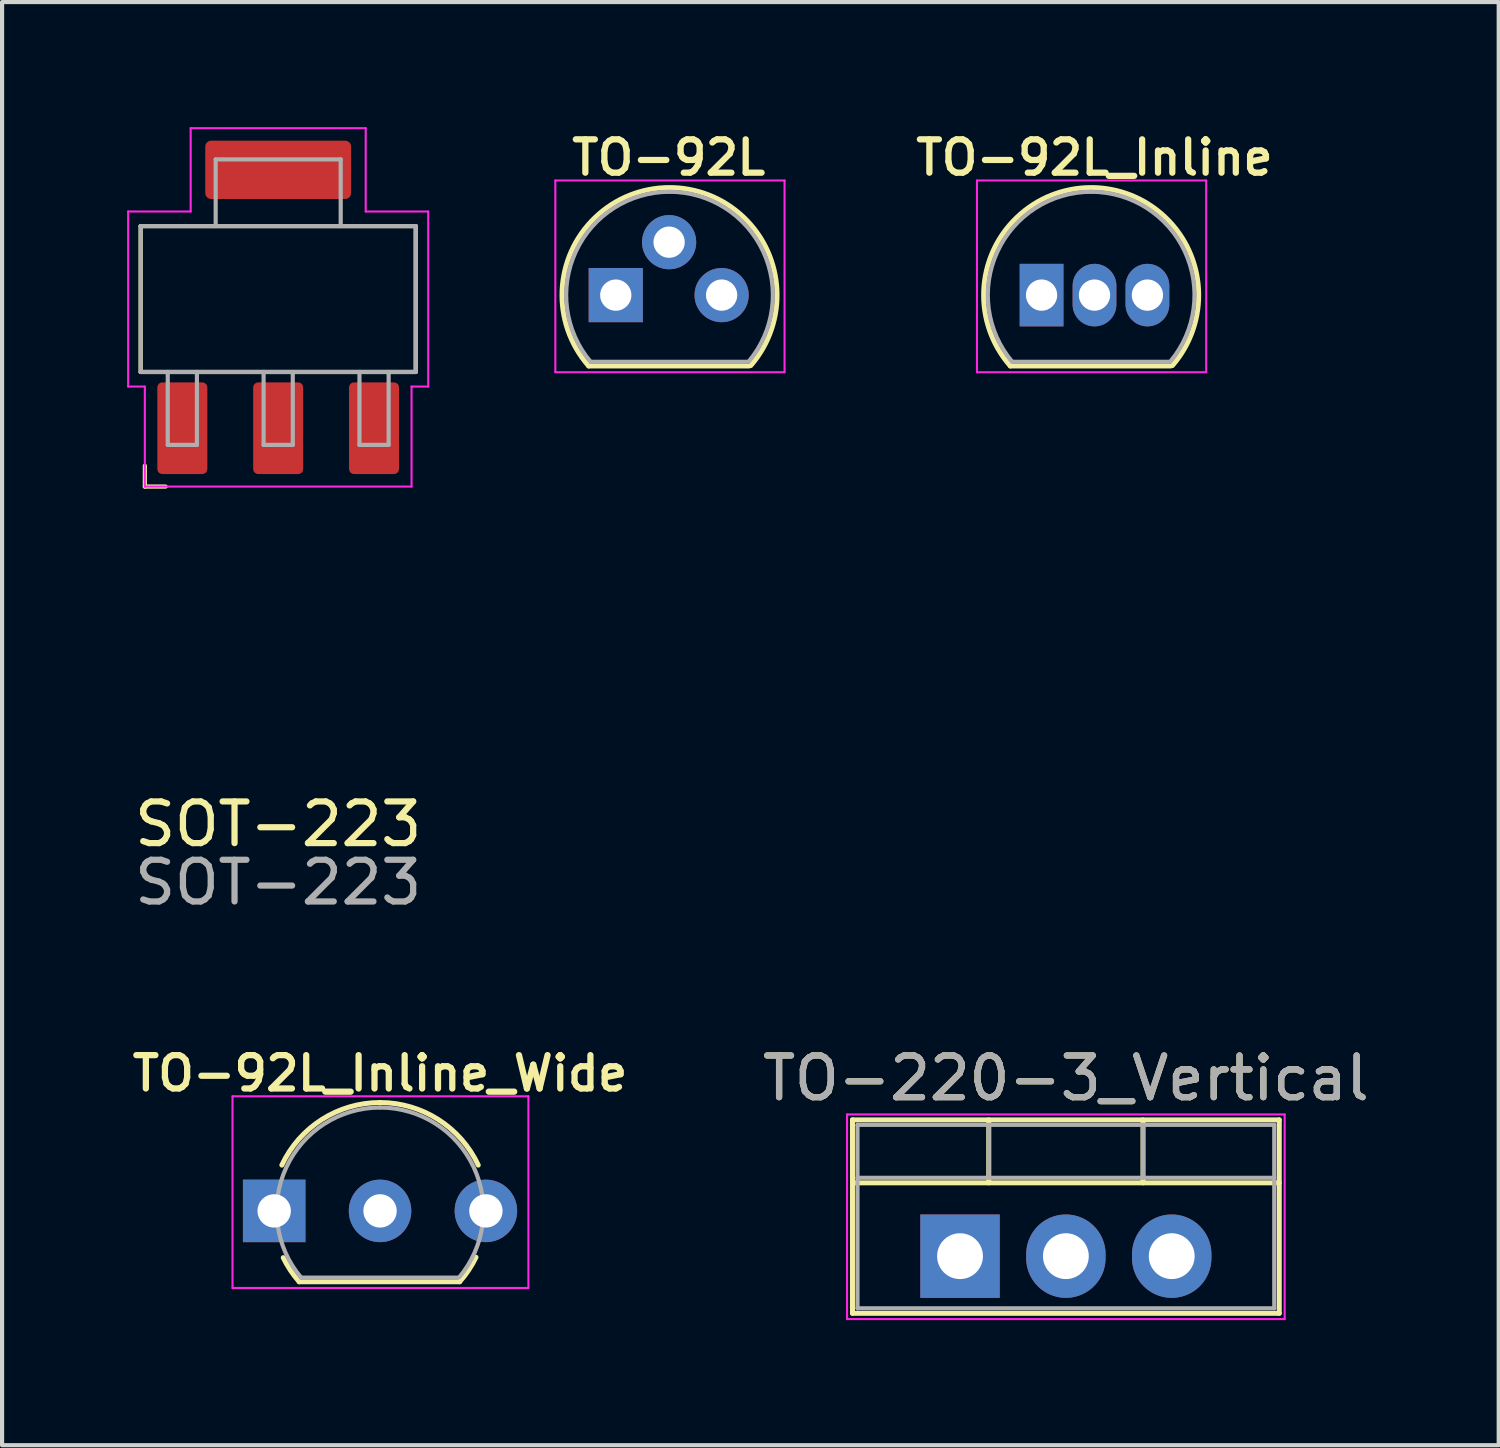
<source format=kicad_pcb>
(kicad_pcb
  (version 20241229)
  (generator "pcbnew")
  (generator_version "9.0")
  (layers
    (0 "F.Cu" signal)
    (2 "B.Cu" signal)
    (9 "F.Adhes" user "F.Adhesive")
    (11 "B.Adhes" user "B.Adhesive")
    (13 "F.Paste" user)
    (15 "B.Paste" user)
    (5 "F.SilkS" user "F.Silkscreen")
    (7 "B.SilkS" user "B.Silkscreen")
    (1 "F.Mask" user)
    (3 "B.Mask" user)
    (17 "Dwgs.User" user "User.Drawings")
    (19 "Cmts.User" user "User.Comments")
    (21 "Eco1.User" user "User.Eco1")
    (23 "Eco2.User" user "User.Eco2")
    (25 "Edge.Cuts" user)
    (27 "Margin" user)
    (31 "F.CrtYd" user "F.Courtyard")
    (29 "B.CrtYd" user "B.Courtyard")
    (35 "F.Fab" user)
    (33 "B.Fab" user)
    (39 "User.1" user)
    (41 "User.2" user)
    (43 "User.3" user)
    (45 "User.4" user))
  (footprint "TO-92L_Inline_Wide"
    (layer "F.Cu")
    (at 6.069 26.005)
    (property "Reference" "TO-92L_Inline_Wide" (at 0 -3.3 0) (layer "F.SilkS") (effects (font (size 0.8 0.8) (thickness 0.15))))
    (attr through_hole)
    (fp_line (start -1.94 1.7) (end 1.91 1.7) (stroke (width 0.12) (type solid)) (layer "F.SilkS"))
    (fp_arc (start -2.3564 -1.098807) (mid -1.396979 -2.192817) (end 0 -2.6) (stroke (width 0.12) (type solid)) (layer "F.SilkS"))
    (fp_arc (start -1.94 1.7) (mid -2.150817 1.423933) (end -2.322631 1.122045) (stroke (width 0.12) (type solid)) (layer "F.SilkS"))
    (fp_arc (start 0 -2.6) (mid 1.396979 -2.192818) (end 2.3564 -1.098807) (stroke (width 0.12) (type solid)) (layer "F.SilkS"))
    (fp_arc (start 2.302383 1.112264) (mid 2.126594 1.419753) (end 1.91 1.7) (stroke (width 0.12) (type solid)) (layer "F.SilkS"))
    (fp_line (start -3.54 -2.75) (end -3.54 1.85) (stroke (width 0.05) (type solid)) (layer "F.CrtYd"))
    (fp_line (start -3.54 -2.75) (end 3.56 -2.75) (stroke (width 0.05) (type solid)) (layer "F.CrtYd"))
    (fp_line (start 3.56 1.85) (end -3.54 1.85) (stroke (width 0.05) (type solid)) (layer "F.CrtYd"))
    (fp_line (start 3.56 1.85) (end 3.56 -2.75) (stroke (width 0.05) (type solid)) (layer "F.CrtYd"))
    (fp_line (start -1.89 1.6) (end 1.86 1.6) (stroke (width 0.1) (type solid)) (layer "F.Fab"))
    (fp_arc (start -1.892818 1.602385) (mid -2.249924 -1.043188) (end 0 -2.48) (stroke (width 0.1) (type solid)) (layer "F.Fab"))
    (fp_arc (start 0 -2.48) (mid 2.247211 -1.049019) (end 1.901103 1.592547) (stroke (width 0.1) (type solid)) (layer "F.Fab"))
    (pad "1" thru_hole rect (at -2.54 0) (size 1.5 1.5) (drill 0.8) (layers "*.Cu" "*.Mask"))
    (pad "2" thru_hole circle (at 0 0) (size 1.5 1.5) (drill 0.8) (layers "*.Cu" "*.Mask"))
    (pad "3" thru_hole circle (at 2.54 0) (size 1.5 1.5) (drill 0.8) (layers "*.Cu" "*.Mask")))
  (footprint "TO-220-3_Vertical"
    (layer "F.Cu")
    (at 22.525 27.091)
    (property "Reference" "TO-220-3_Vertical" (at 0 -4.27 0) (layer "F.SilkS") (effects (font (size 1 1) (thickness 0.15))))
    (attr through_hole)
    (fp_line (start -5.12 -3.27) (end -5.12 1.371) (stroke (width 0.12) (type solid)) (layer "F.SilkS"))
    (fp_line (start -5.12 -3.27) (end 5.12 -3.27) (stroke (width 0.12) (type solid)) (layer "F.SilkS"))
    (fp_line (start -5.12 -1.76) (end 5.12 -1.76) (stroke (width 0.12) (type solid)) (layer "F.SilkS"))
    (fp_line (start -5.12 1.371) (end 5.12 1.371) (stroke (width 0.12) (type solid)) (layer "F.SilkS"))
    (fp_line (start -1.85 -3.27) (end -1.85 -1.76) (stroke (width 0.12) (type solid)) (layer "F.SilkS"))
    (fp_line (start 1.851 -3.27) (end 1.851 -1.76) (stroke (width 0.12) (type solid)) (layer "F.SilkS"))
    (fp_line (start 5.12 -3.27) (end 5.12 1.371) (stroke (width 0.12) (type solid)) (layer "F.SilkS"))
    (fp_line (start -5.25 -3.4) (end -5.25 1.51) (stroke (width 0.05) (type solid)) (layer "F.CrtYd"))
    (fp_line (start -5.25 1.51) (end 5.25 1.51) (stroke (width 0.05) (type solid)) (layer "F.CrtYd"))
    (fp_line (start 5.25 -3.4) (end -5.25 -3.4) (stroke (width 0.05) (type solid)) (layer "F.CrtYd"))
    (fp_line (start 5.25 1.51) (end 5.25 -3.4) (stroke (width 0.05) (type solid)) (layer "F.CrtYd"))
    (fp_line (start -5 -3.15) (end -5 1.25) (stroke (width 0.1) (type solid)) (layer "F.Fab"))
    (fp_line (start -5 -1.88) (end 5 -1.88) (stroke (width 0.1) (type solid)) (layer "F.Fab"))
    (fp_line (start -5 1.25) (end 5 1.25) (stroke (width 0.1) (type solid)) (layer "F.Fab"))
    (fp_line (start -1.85 -3.15) (end -1.85 -1.88) (stroke (width 0.1) (type solid)) (layer "F.Fab"))
    (fp_line (start 1.85 -3.15) (end 1.85 -1.88) (stroke (width 0.1) (type solid)) (layer "F.Fab"))
    (fp_line (start 5 -3.15) (end -5 -3.15) (stroke (width 0.1) (type solid)) (layer "F.Fab"))
    (fp_line (start 5 1.25) (end 5 -3.15) (stroke (width 0.1) (type solid)) (layer "F.Fab"))
    (fp_text user "${REFERENCE}" (at 0 -4.27 0) (layer "F.Fab") (effects (font (size 1 1) (thickness 0.15))))
    (pad "1" thru_hole rect (at -2.54 0) (size 1.905 2) (drill 1.1) (layers "*.Cu" "*.Mask"))
    (pad "2" thru_hole oval (at 0 0) (size 1.905 2) (drill 1.1) (layers "*.Cu" "*.Mask"))
    (pad "3" thru_hole oval (at 2.54 0) (size 1.905 2) (drill 1.1) (layers "*.Cu" "*.Mask")))
  (footprint "SOT-223"
    (layer "F.Cu")
    (at 3.625 4.125)
    (property "Reference" "SOT-223" (at 0 12.6 0) (unlocked yes) (layer "F.SilkS") (effects (font (size 1 1) (thickness 0.15))))
    (attr smd)
    (fp_line (start -3.3 -1.75) (end 3.3 -1.75) (stroke (width 0.1) (type default)) (layer "F.SilkS"))
    (fp_line (start -3.3 1.75) (end -3.3 -1.75) (stroke (width 0.1) (type default)) (layer "F.SilkS"))
    (fp_line (start -3.2 4.5) (end -3.2 4) (stroke (width 0.1) (type default)) (layer "F.SilkS"))
    (fp_line (start -3.2 4.5) (end -2.7 4.5) (stroke (width 0.1) (type default)) (layer "F.SilkS"))
    (fp_line (start 3.3 -1.75) (end 3.3 1.75) (stroke (width 0.1) (type default)) (layer "F.SilkS"))
    (fp_line (start 3.3 1.75) (end -3.3 1.75) (stroke (width 0.1) (type default)) (layer "F.SilkS"))
    (fp_line (start -3.6 -2.1) (end -2.1 -2.1) (stroke (width 0.05) (type default)) (layer "F.CrtYd"))
    (fp_line (start -3.6 2.1) (end -3.6 -2.1) (stroke (width 0.05) (type default)) (layer "F.CrtYd"))
    (fp_line (start -3.2 2.1) (end -3.6 2.1) (stroke (width 0.05) (type default)) (layer "F.CrtYd"))
    (fp_line (start -3.2 4.5) (end -3.2 2.1) (stroke (width 0.05) (type default)) (layer "F.CrtYd"))
    (fp_line (start -2.1 -4.1) (end 2.1 -4.1) (stroke (width 0.05) (type default)) (layer "F.CrtYd"))
    (fp_line (start -2.1 -2.1) (end -2.1 -4.1) (stroke (width 0.05) (type default)) (layer "F.CrtYd"))
    (fp_line (start 2.1 -4.1) (end 2.1 -2.1) (stroke (width 0.05) (type default)) (layer "F.CrtYd"))
    (fp_line (start 2.1 -2.1) (end 3.6 -2.1) (stroke (width 0.05) (type default)) (layer "F.CrtYd"))
    (fp_line (start 3.2 2.1) (end 3.2 4.5) (stroke (width 0.05) (type default)) (layer "F.CrtYd"))
    (fp_line (start 3.2 4.5) (end -3.2 4.5) (stroke (width 0.05) (type default)) (layer "F.CrtYd"))
    (fp_line (start 3.6 -2.1) (end 3.6 2.1) (stroke (width 0.05) (type default)) (layer "F.CrtYd"))
    (fp_line (start 3.6 2.1) (end 3.2 2.1) (stroke (width 0.05) (type default)) (layer "F.CrtYd"))
    (fp_line (start -3.3 -1.75) (end 3.3 -1.75) (stroke (width 0.1) (type default)) (layer "F.Fab"))
    (fp_line (start -3.3 1.75) (end -3.3 -1.75) (stroke (width 0.1) (type default)) (layer "F.Fab"))
    (fp_line (start -2.65 1.75) (end -2.65 3.5) (stroke (width 0.1) (type default)) (layer "F.Fab"))
    (fp_line (start -2.65 3.5) (end -1.95 3.5) (stroke (width 0.1) (type default)) (layer "F.Fab"))
    (fp_line (start -1.95 3.5) (end -1.95 1.75) (stroke (width 0.1) (type default)) (layer "F.Fab"))
    (fp_line (start -1.5 -3.35) (end -1.5 -1.75) (stroke (width 0.1) (type default)) (layer "F.Fab"))
    (fp_line (start -1.5 -3.35) (end 1.5 -3.35) (stroke (width 0.1) (type default)) (layer "F.Fab"))
    (fp_line (start -0.35 1.75) (end -0.35 3.5) (stroke (width 0.1) (type default)) (layer "F.Fab"))
    (fp_line (start -0.35 3.5) (end 0.35 3.5) (stroke (width 0.1) (type default)) (layer "F.Fab"))
    (fp_line (start 0.35 3.5) (end 0.35 1.75) (stroke (width 0.1) (type default)) (layer "F.Fab"))
    (fp_line (start 1.5 -3.35) (end 1.5 -1.75) (stroke (width 0.1) (type default)) (layer "F.Fab"))
    (fp_line (start 1.95 1.75) (end 1.95 3.5) (stroke (width 0.1) (type default)) (layer "F.Fab"))
    (fp_line (start 1.95 3.5) (end 2.65 3.5) (stroke (width 0.1) (type default)) (layer "F.Fab"))
    (fp_line (start 2.65 3.5) (end 2.65 1.75) (stroke (width 0.1) (type default)) (layer "F.Fab"))
    (fp_line (start 3.3 -1.75) (end 3.3 1.75) (stroke (width 0.1) (type default)) (layer "F.Fab"))
    (fp_line (start 3.3 1.75) (end -3.3 1.75) (stroke (width 0.1) (type default)) (layer "F.Fab"))
    (fp_text user "${REFERENCE}" (at 0 14 0) (unlocked yes) (layer "F.Fab") (effects (font (size 1 1) (thickness 0.15))))
    (pad "1" smd roundrect (at -2.3 3.1) (size 1.2 2.2) (layers "F.Cu" "F.Mask" "F.Paste") (roundrect_rratio 0.1))
    (pad "2" smd roundrect (at 0 -3.1) (size 3.5 1.4) (layers "F.Cu" "F.Mask" "F.Paste") (roundrect_rratio 0.1))
    (pad "2" smd roundrect (at 0 3.1) (size 1.2 2.2) (layers "F.Cu" "F.Mask" "F.Paste") (roundrect_rratio 0.1))
    (pad "3" smd roundrect (at 2.3 3.1) (size 1.2 2.2) (layers "F.Cu" "F.Mask" "F.Paste") (roundrect_rratio 0.1)))
  (footprint "TO-92L"
    (layer "F.Cu")
    (at 12.995 4.031)
    (property "Reference" "TO-92L" (at 0 -3.3 0) (layer "F.SilkS") (effects (font (size 0.8 0.8) (thickness 0.15))))
    (attr through_hole)
    (fp_line (start -1.92 1.7) (end 1.93 1.7) (stroke (width 0.12) (type solid)) (layer "F.SilkS"))
    (fp_arc (start -1.92 1.7) (mid 0.013448 -2.579449) (end 1.968611 1.690122) (stroke (width 0.12) (type solid)) (layer "F.SilkS"))
    (fp_line (start -2.72 -2.75) (end -2.72 1.85) (stroke (width 0.05) (type solid)) (layer "F.CrtYd"))
    (fp_line (start -2.72 -2.75) (end 2.78 -2.75) (stroke (width 0.05) (type solid)) (layer "F.CrtYd"))
    (fp_line (start 2.78 1.85) (end -2.72 1.85) (stroke (width 0.05) (type solid)) (layer "F.CrtYd"))
    (fp_line (start 2.78 1.85) (end 2.78 -2.75) (stroke (width 0.05) (type solid)) (layer "F.CrtYd"))
    (fp_line (start -1.87 1.6) (end 1.88 1.6) (stroke (width 0.1) (type solid)) (layer "F.Fab"))
    (fp_arc (start -1.872818 1.602385) (mid -2.229924 -1.043188) (end 0.02 -2.48) (stroke (width 0.1) (type solid)) (layer "F.Fab"))
    (fp_arc (start 0.02 -2.48) (mid 2.267211 -1.049019) (end 1.921103 1.592547) (stroke (width 0.1) (type solid)) (layer "F.Fab"))
    (pad "1" thru_hole rect (at -1.27 0) (size 1.3 1.3) (drill 0.75) (layers "*.Cu" "*.Mask"))
    (pad "2" thru_hole circle (at 0.01 -1.27) (size 1.3 1.3) (drill 0.75) (layers "*.Cu" "*.Mask"))
    (pad "3" thru_hole circle (at 1.27 0) (size 1.3 1.3) (drill 0.75) (layers "*.Cu" "*.Mask")))
  (footprint "TO-92L_Inline"
    (layer "F.Cu")
    (at 23.212 4.031)
    (property "Reference" "TO-92L_Inline" (at 0 -3.3 0) (layer "F.SilkS") (effects (font (size 0.8 0.8) (thickness 0.15))))
    (attr through_hole)
    (fp_line (start -2.02 1.7) (end 1.83 1.7) (stroke (width 0.12) (type solid)) (layer "F.SilkS"))
    (fp_arc (start -2.02 1.7) (mid -0.086552 -2.579449) (end 1.868611 1.690122) (stroke (width 0.12) (type solid)) (layer "F.SilkS"))
    (fp_line (start -2.82 -2.75) (end -2.82 1.85) (stroke (width 0.05) (type solid)) (layer "F.CrtYd"))
    (fp_line (start -2.82 -2.75) (end 2.68 -2.75) (stroke (width 0.05) (type solid)) (layer "F.CrtYd"))
    (fp_line (start 2.68 1.85) (end -2.82 1.85) (stroke (width 0.05) (type solid)) (layer "F.CrtYd"))
    (fp_line (start 2.68 1.85) (end 2.68 -2.75) (stroke (width 0.05) (type solid)) (layer "F.CrtYd"))
    (fp_line (start -1.97 1.6) (end 1.78 1.6) (stroke (width 0.1) (type solid)) (layer "F.Fab"))
    (fp_arc (start -1.972818 1.602385) (mid -2.329924 -1.043188) (end -0.08 -2.48) (stroke (width 0.1) (type solid)) (layer "F.Fab"))
    (fp_arc (start -0.08 -2.48) (mid 2.167211 -1.049019) (end 1.821103 1.592547) (stroke (width 0.1) (type solid)) (layer "F.Fab"))
    (pad "1" thru_hole rect (at -1.27 0) (size 1.05 1.5) (drill 0.75) (layers "*.Cu" "*.Mask"))
    (pad "2" thru_hole oval (at 0 0) (size 1.05 1.5) (drill 0.75) (layers "*.Cu" "*.Mask"))
    (pad "3" thru_hole oval (at 1.27 0) (size 1.05 1.5) (drill 0.75) (layers "*.Cu" "*.Mask")))
  (gr_rect
    (start -3 -3)
    (end 32.911 31.627)
    (stroke (width 0.1) (type default))
    (fill no)
    (layer "Edge.Cuts")))
</source>
